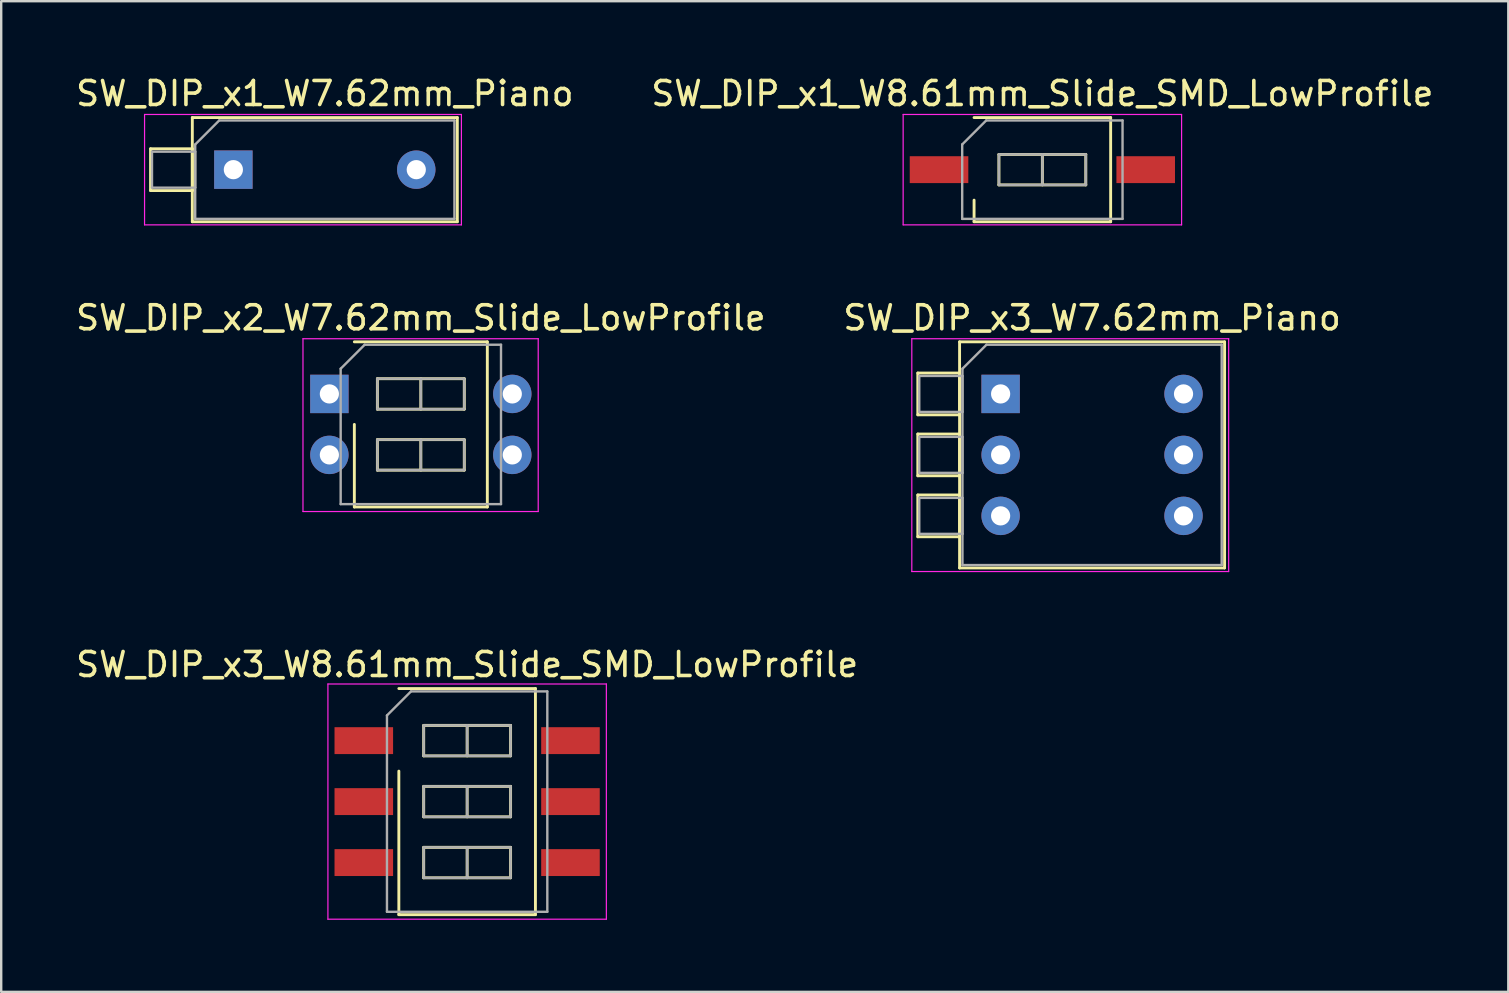
<source format=kicad_pcb>
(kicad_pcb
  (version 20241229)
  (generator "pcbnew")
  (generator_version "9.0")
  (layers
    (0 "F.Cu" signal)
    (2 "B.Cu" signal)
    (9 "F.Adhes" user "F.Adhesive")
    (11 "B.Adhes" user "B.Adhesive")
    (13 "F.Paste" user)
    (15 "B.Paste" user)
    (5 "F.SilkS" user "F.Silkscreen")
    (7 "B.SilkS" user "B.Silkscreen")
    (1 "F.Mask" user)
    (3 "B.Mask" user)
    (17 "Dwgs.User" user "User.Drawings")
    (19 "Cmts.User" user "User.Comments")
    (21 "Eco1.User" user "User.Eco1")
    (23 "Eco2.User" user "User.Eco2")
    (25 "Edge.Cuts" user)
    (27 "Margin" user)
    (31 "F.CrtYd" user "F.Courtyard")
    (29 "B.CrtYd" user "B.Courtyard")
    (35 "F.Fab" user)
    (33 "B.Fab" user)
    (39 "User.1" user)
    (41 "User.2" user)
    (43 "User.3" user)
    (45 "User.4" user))
  (footprint "SW_DIP_x2_W7.62mm_Slide_LowProfile"
    (layer "F.Cu")
    (at 10.672 13.361)
    (property "Reference" "SW_DIP_x2_W7.62mm_Slide_LowProfile" (at 3.81 -3.17 0) (layer "F.SilkS") (effects (font (size 1 1) (thickness 0.15))))
    (attr through_hole)
    (fp_line (start 1.04 -2.17) (end 6.58 -2.17) (stroke (width 0.12) (type solid)) (layer "F.SilkS"))
    (fp_line (start 1.04 4.71) (end 1.04 1.27) (stroke (width 0.12) (type solid)) (layer "F.SilkS"))
    (fp_line (start 2 -0.635) (end 2 0.635) (stroke (width 0.12) (type solid)) (layer "F.SilkS"))
    (fp_line (start 2 0.635) (end 5.62 0.635) (stroke (width 0.12) (type solid)) (layer "F.SilkS"))
    (fp_line (start 2 1.905) (end 2 3.175) (stroke (width 0.12) (type solid)) (layer "F.SilkS"))
    (fp_line (start 2 3.175) (end 5.62 3.175) (stroke (width 0.12) (type solid)) (layer "F.SilkS"))
    (fp_line (start 3.81 -0.635) (end 3.81 0.635) (stroke (width 0.12) (type solid)) (layer "F.SilkS"))
    (fp_line (start 3.81 1.905) (end 3.81 3.175) (stroke (width 0.12) (type solid)) (layer "F.SilkS"))
    (fp_line (start 5.62 -0.635) (end 2 -0.635) (stroke (width 0.12) (type solid)) (layer "F.SilkS"))
    (fp_line (start 5.62 0.635) (end 5.62 -0.635) (stroke (width 0.12) (type solid)) (layer "F.SilkS"))
    (fp_line (start 5.62 1.905) (end 2 1.905) (stroke (width 0.12) (type solid)) (layer "F.SilkS"))
    (fp_line (start 5.62 3.175) (end 5.62 1.905) (stroke (width 0.12) (type solid)) (layer "F.SilkS"))
    (fp_line (start 6.58 -2.17) (end 6.58 4.71) (stroke (width 0.12) (type solid)) (layer "F.SilkS"))
    (fp_line (start 6.58 4.71) (end 1.04 4.71) (stroke (width 0.12) (type solid)) (layer "F.SilkS"))
    (fp_line (start -1.1 -2.3) (end -1.1 4.9) (stroke (width 0.05) (type solid)) (layer "F.CrtYd"))
    (fp_line (start -1.1 4.9) (end 8.7 4.9) (stroke (width 0.05) (type solid)) (layer "F.CrtYd"))
    (fp_line (start 8.7 -2.3) (end -1.1 -2.3) (stroke (width 0.05) (type solid)) (layer "F.CrtYd"))
    (fp_line (start 8.7 4.9) (end 8.7 -2.3) (stroke (width 0.05) (type solid)) (layer "F.CrtYd"))
    (fp_line (start 0.47 -1.05) (end 1.47 -2.05) (stroke (width 0.1) (type solid)) (layer "F.Fab"))
    (fp_line (start 0.47 4.59) (end 0.47 -1.05) (stroke (width 0.1) (type solid)) (layer "F.Fab"))
    (fp_line (start 1.47 -2.05) (end 7.15 -2.05) (stroke (width 0.1) (type solid)) (layer "F.Fab"))
    (fp_line (start 2 -0.635) (end 2 0.635) (stroke (width 0.1) (type solid)) (layer "F.Fab"))
    (fp_line (start 2 0.635) (end 5.62 0.635) (stroke (width 0.1) (type solid)) (layer "F.Fab"))
    (fp_line (start 2 1.905) (end 2 3.175) (stroke (width 0.1) (type solid)) (layer "F.Fab"))
    (fp_line (start 2 3.175) (end 5.62 3.175) (stroke (width 0.1) (type solid)) (layer "F.Fab"))
    (fp_line (start 3.81 -0.635) (end 3.81 0.635) (stroke (width 0.1) (type solid)) (layer "F.Fab"))
    (fp_line (start 3.81 1.905) (end 3.81 3.175) (stroke (width 0.1) (type solid)) (layer "F.Fab"))
    (fp_line (start 5.62 -0.635) (end 2 -0.635) (stroke (width 0.1) (type solid)) (layer "F.Fab"))
    (fp_line (start 5.62 0.635) (end 5.62 -0.635) (stroke (width 0.1) (type solid)) (layer "F.Fab"))
    (fp_line (start 5.62 1.905) (end 2 1.905) (stroke (width 0.1) (type solid)) (layer "F.Fab"))
    (fp_line (start 5.62 3.175) (end 5.62 1.905) (stroke (width 0.1) (type solid)) (layer "F.Fab"))
    (fp_line (start 7.15 -2.05) (end 7.15 4.59) (stroke (width 0.1) (type solid)) (layer "F.Fab"))
    (fp_line (start 7.15 4.59) (end 0.47 4.59) (stroke (width 0.1) (type solid)) (layer "F.Fab"))
    (pad "1" thru_hole rect (at 0 0) (size 1.6 1.6) (drill 0.8) (layers "*.Cu" "*.Mask"))
    (pad "2" thru_hole oval (at 0 2.54) (size 1.6 1.6) (drill 0.8) (layers "*.Cu" "*.Mask"))
    (pad "3" thru_hole oval (at 7.62 2.54) (size 1.6 1.6) (drill 0.8) (layers "*.Cu" "*.Mask"))
    (pad "4" thru_hole oval (at 7.62 0) (size 1.6 1.6) (drill 0.8) (layers "*.Cu" "*.Mask")))
  (footprint "SW_DIP_x3_W7.62mm_Piano"
    (layer "F.Cu")
    (at 38.636 13.361)
    (property "Reference" "SW_DIP_x3_W7.62mm_Piano" (at 3.81 -3.17 0) (layer "F.SilkS") (effects (font (size 1 1) (thickness 0.15))))
    (attr through_hole)
    (fp_line (start -3.45 -0.87) (end -3.45 0.87) (stroke (width 0.12) (type solid)) (layer "F.SilkS"))
    (fp_line (start -3.45 0.87) (end -1.71 0.87) (stroke (width 0.12) (type solid)) (layer "F.SilkS"))
    (fp_line (start -3.45 1.67) (end -3.45 3.41) (stroke (width 0.12) (type solid)) (layer "F.SilkS"))
    (fp_line (start -3.45 3.41) (end -1.71 3.41) (stroke (width 0.12) (type solid)) (layer "F.SilkS"))
    (fp_line (start -3.45 4.21) (end -3.45 5.95) (stroke (width 0.12) (type solid)) (layer "F.SilkS"))
    (fp_line (start -3.45 5.95) (end -1.71 5.95) (stroke (width 0.12) (type solid)) (layer "F.SilkS"))
    (fp_line (start -1.71 -2.17) (end 9.33 -2.17) (stroke (width 0.12) (type solid)) (layer "F.SilkS"))
    (fp_line (start -1.71 -0.87) (end -3.45 -0.87) (stroke (width 0.12) (type solid)) (layer "F.SilkS"))
    (fp_line (start -1.71 0.87) (end -1.71 -0.87) (stroke (width 0.12) (type solid)) (layer "F.SilkS"))
    (fp_line (start -1.71 1.67) (end -3.45 1.67) (stroke (width 0.12) (type solid)) (layer "F.SilkS"))
    (fp_line (start -1.71 3.41) (end -1.71 1.67) (stroke (width 0.12) (type solid)) (layer "F.SilkS"))
    (fp_line (start -1.71 4.21) (end -3.45 4.21) (stroke (width 0.12) (type solid)) (layer "F.SilkS"))
    (fp_line (start -1.71 5.95) (end -1.71 4.21) (stroke (width 0.12) (type solid)) (layer "F.SilkS"))
    (fp_line (start -1.71 7.25) (end -1.71 -2.17) (stroke (width 0.12) (type solid)) (layer "F.SilkS"))
    (fp_line (start 9.33 -2.17) (end 9.33 7.25) (stroke (width 0.12) (type solid)) (layer "F.SilkS"))
    (fp_line (start 9.33 7.25) (end -1.71 7.25) (stroke (width 0.12) (type solid)) (layer "F.SilkS"))
    (fp_line (start -3.7 -2.3) (end -3.7 7.4) (stroke (width 0.05) (type solid)) (layer "F.CrtYd"))
    (fp_line (start -3.7 7.4) (end 9.5 7.4) (stroke (width 0.05) (type solid)) (layer "F.CrtYd"))
    (fp_line (start 9.5 -2.3) (end -3.7 -2.3) (stroke (width 0.05) (type solid)) (layer "F.CrtYd"))
    (fp_line (start 9.5 7.4) (end 9.5 -2.3) (stroke (width 0.05) (type solid)) (layer "F.CrtYd"))
    (fp_line (start -3.39 -0.75) (end -1.59 -0.75) (stroke (width 0.1) (type solid)) (layer "F.Fab"))
    (fp_line (start -3.39 0.75) (end -3.39 -0.75) (stroke (width 0.1) (type solid)) (layer "F.Fab"))
    (fp_line (start -3.39 1.79) (end -1.59 1.79) (stroke (width 0.1) (type solid)) (layer "F.Fab"))
    (fp_line (start -3.39 3.29) (end -3.39 1.79) (stroke (width 0.1) (type solid)) (layer "F.Fab"))
    (fp_line (start -3.39 4.33) (end -1.59 4.33) (stroke (width 0.1) (type solid)) (layer "F.Fab"))
    (fp_line (start -3.39 5.83) (end -3.39 4.33) (stroke (width 0.1) (type solid)) (layer "F.Fab"))
    (fp_line (start -1.59 -1.05) (end -0.59 -2.05) (stroke (width 0.1) (type solid)) (layer "F.Fab"))
    (fp_line (start -1.59 -0.75) (end -1.59 0.75) (stroke (width 0.1) (type solid)) (layer "F.Fab"))
    (fp_line (start -1.59 0.75) (end -3.39 0.75) (stroke (width 0.1) (type solid)) (layer "F.Fab"))
    (fp_line (start -1.59 1.79) (end -1.59 3.29) (stroke (width 0.1) (type solid)) (layer "F.Fab"))
    (fp_line (start -1.59 3.29) (end -3.39 3.29) (stroke (width 0.1) (type solid)) (layer "F.Fab"))
    (fp_line (start -1.59 4.33) (end -1.59 5.83) (stroke (width 0.1) (type solid)) (layer "F.Fab"))
    (fp_line (start -1.59 5.83) (end -3.39 5.83) (stroke (width 0.1) (type solid)) (layer "F.Fab"))
    (fp_line (start -1.59 7.13) (end -1.59 -1.05) (stroke (width 0.1) (type solid)) (layer "F.Fab"))
    (fp_line (start -0.59 -2.05) (end 9.21 -2.05) (stroke (width 0.1) (type solid)) (layer "F.Fab"))
    (fp_line (start 9.21 -2.05) (end 9.21 7.13) (stroke (width 0.1) (type solid)) (layer "F.Fab"))
    (fp_line (start 9.21 7.13) (end -1.59 7.13) (stroke (width 0.1) (type solid)) (layer "F.Fab"))
    (pad "1" thru_hole rect (at 0 0) (size 1.6 1.6) (drill 0.8) (layers "*.Cu" "*.Mask"))
    (pad "2" thru_hole oval (at 0 2.54) (size 1.6 1.6) (drill 0.8) (layers "*.Cu" "*.Mask"))
    (pad "3" thru_hole oval (at 0 5.08) (size 1.6 1.6) (drill 0.8) (layers "*.Cu" "*.Mask"))
    (pad "4" thru_hole oval (at 7.62 5.08) (size 1.6 1.6) (drill 0.8) (layers "*.Cu" "*.Mask"))
    (pad "5" thru_hole oval (at 7.62 2.54) (size 1.6 1.6) (drill 0.8) (layers "*.Cu" "*.Mask"))
    (pad "6" thru_hole oval (at 7.62 0) (size 1.6 1.6) (drill 0.8) (layers "*.Cu" "*.Mask")))
  (footprint "SW_DIP_x3_W8.61mm_Slide_SMD_LowProfile"
    (layer "F.Cu")
    (at 16.411 30.345)
    (property "Reference" "SW_DIP_x3_W8.61mm_Slide_SMD_LowProfile" (at 0 -5.71 0) (layer "F.SilkS") (effects (font (size 1 1) (thickness 0.15))))
    (attr smd)
    (fp_line (start -2.845 -4.71) (end 2.845 -4.71) (stroke (width 0.12) (type solid)) (layer "F.SilkS"))
    (fp_line (start -2.845 4.71) (end -2.845 -1.27) (stroke (width 0.12) (type solid)) (layer "F.SilkS"))
    (fp_line (start -1.81 -3.175) (end -1.81 -1.905) (stroke (width 0.12) (type solid)) (layer "F.SilkS"))
    (fp_line (start -1.81 -1.905) (end 1.81 -1.905) (stroke (width 0.12) (type solid)) (layer "F.SilkS"))
    (fp_line (start -1.81 -0.635) (end -1.81 0.635) (stroke (width 0.12) (type solid)) (layer "F.SilkS"))
    (fp_line (start -1.81 0.635) (end 1.81 0.635) (stroke (width 0.12) (type solid)) (layer "F.SilkS"))
    (fp_line (start -1.81 1.905) (end -1.81 3.175) (stroke (width 0.12) (type solid)) (layer "F.SilkS"))
    (fp_line (start -1.81 3.175) (end 1.81 3.175) (stroke (width 0.12) (type solid)) (layer "F.SilkS"))
    (fp_line (start 0 -3.175) (end 0 -1.905) (stroke (width 0.12) (type solid)) (layer "F.SilkS"))
    (fp_line (start 0 -0.635) (end 0 0.635) (stroke (width 0.12) (type solid)) (layer "F.SilkS"))
    (fp_line (start 0 1.905) (end 0 3.175) (stroke (width 0.12) (type solid)) (layer "F.SilkS"))
    (fp_line (start 1.81 -3.175) (end -1.81 -3.175) (stroke (width 0.12) (type solid)) (layer "F.SilkS"))
    (fp_line (start 1.81 -1.905) (end 1.81 -3.175) (stroke (width 0.12) (type solid)) (layer "F.SilkS"))
    (fp_line (start 1.81 -0.635) (end -1.81 -0.635) (stroke (width 0.12) (type solid)) (layer "F.SilkS"))
    (fp_line (start 1.81 0.635) (end 1.81 -0.635) (stroke (width 0.12) (type solid)) (layer "F.SilkS"))
    (fp_line (start 1.81 1.905) (end -1.81 1.905) (stroke (width 0.12) (type solid)) (layer "F.SilkS"))
    (fp_line (start 1.81 3.175) (end 1.81 1.905) (stroke (width 0.12) (type solid)) (layer "F.SilkS"))
    (fp_line (start 2.845 -4.71) (end 2.845 4.71) (stroke (width 0.12) (type solid)) (layer "F.SilkS"))
    (fp_line (start 2.845 4.71) (end -2.845 4.71) (stroke (width 0.12) (type solid)) (layer "F.SilkS"))
    (fp_line (start -5.8 -4.9) (end -5.8 4.9) (stroke (width 0.05) (type solid)) (layer "F.CrtYd"))
    (fp_line (start -5.8 4.9) (end 5.8 4.9) (stroke (width 0.05) (type solid)) (layer "F.CrtYd"))
    (fp_line (start 5.8 -4.9) (end -5.8 -4.9) (stroke (width 0.05) (type solid)) (layer "F.CrtYd"))
    (fp_line (start 5.8 4.9) (end 5.8 -4.9) (stroke (width 0.05) (type solid)) (layer "F.CrtYd"))
    (fp_line (start -3.34 -3.59) (end -2.34 -4.59) (stroke (width 0.1) (type solid)) (layer "F.Fab"))
    (fp_line (start -3.34 4.59) (end -3.34 -3.59) (stroke (width 0.1) (type solid)) (layer "F.Fab"))
    (fp_line (start -2.34 -4.59) (end 3.34 -4.59) (stroke (width 0.1) (type solid)) (layer "F.Fab"))
    (fp_line (start -1.81 -3.175) (end -1.81 -1.905) (stroke (width 0.1) (type solid)) (layer "F.Fab"))
    (fp_line (start -1.81 -1.905) (end 1.81 -1.905) (stroke (width 0.1) (type solid)) (layer "F.Fab"))
    (fp_line (start -1.81 -0.635) (end -1.81 0.635) (stroke (width 0.1) (type solid)) (layer "F.Fab"))
    (fp_line (start -1.81 0.635) (end 1.81 0.635) (stroke (width 0.1) (type solid)) (layer "F.Fab"))
    (fp_line (start -1.81 1.905) (end -1.81 3.175) (stroke (width 0.1) (type solid)) (layer "F.Fab"))
    (fp_line (start -1.81 3.175) (end 1.81 3.175) (stroke (width 0.1) (type solid)) (layer "F.Fab"))
    (fp_line (start 0 -3.175) (end 0 -1.905) (stroke (width 0.1) (type solid)) (layer "F.Fab"))
    (fp_line (start 0 -0.635) (end 0 0.635) (stroke (width 0.1) (type solid)) (layer "F.Fab"))
    (fp_line (start 0 1.905) (end 0 3.175) (stroke (width 0.1) (type solid)) (layer "F.Fab"))
    (fp_line (start 1.81 -3.175) (end -1.81 -3.175) (stroke (width 0.1) (type solid)) (layer "F.Fab"))
    (fp_line (start 1.81 -1.905) (end 1.81 -3.175) (stroke (width 0.1) (type solid)) (layer "F.Fab"))
    (fp_line (start 1.81 -0.635) (end -1.81 -0.635) (stroke (width 0.1) (type solid)) (layer "F.Fab"))
    (fp_line (start 1.81 0.635) (end 1.81 -0.635) (stroke (width 0.1) (type solid)) (layer "F.Fab"))
    (fp_line (start 1.81 1.905) (end -1.81 1.905) (stroke (width 0.1) (type solid)) (layer "F.Fab"))
    (fp_line (start 1.81 3.175) (end 1.81 1.905) (stroke (width 0.1) (type solid)) (layer "F.Fab"))
    (fp_line (start 3.34 -4.59) (end 3.34 4.59) (stroke (width 0.1) (type solid)) (layer "F.Fab"))
    (fp_line (start 3.34 4.59) (end -3.34 4.59) (stroke (width 0.1) (type solid)) (layer "F.Fab"))
    (pad "1" smd rect (at -4.305 -2.54) (size 2.44 1.12) (layers "F.Cu" "F.Mask"))
    (pad "2" smd rect (at -4.305 0) (size 2.44 1.12) (layers "F.Cu" "F.Mask"))
    (pad "3" smd rect (at -4.305 2.54) (size 2.44 1.12) (layers "F.Cu" "F.Mask"))
    (pad "4" smd rect (at 4.305 2.54) (size 2.44 1.12) (layers "F.Cu" "F.Mask"))
    (pad "5" smd rect (at 4.305 0) (size 2.44 1.12) (layers "F.Cu" "F.Mask"))
    (pad "6" smd rect (at 4.305 -2.54) (size 2.44 1.12) (layers "F.Cu" "F.Mask")))
  (footprint "SW_DIP_x1_W7.62mm_Piano"
    (layer "F.Cu")
    (at 6.672 4.018)
    (property "Reference" "SW_DIP_x1_W7.62mm_Piano" (at 3.81 -3.17 0) (layer "F.SilkS") (effects (font (size 1 1) (thickness 0.15))))
    (attr through_hole)
    (fp_line (start -3.45 -0.87) (end -3.45 0.87) (stroke (width 0.12) (type solid)) (layer "F.SilkS"))
    (fp_line (start -3.45 0.87) (end -1.71 0.87) (stroke (width 0.12) (type solid)) (layer "F.SilkS"))
    (fp_line (start -1.71 -2.17) (end 9.33 -2.17) (stroke (width 0.12) (type solid)) (layer "F.SilkS"))
    (fp_line (start -1.71 -0.87) (end -3.45 -0.87) (stroke (width 0.12) (type solid)) (layer "F.SilkS"))
    (fp_line (start -1.71 0.87) (end -1.71 -0.87) (stroke (width 0.12) (type solid)) (layer "F.SilkS"))
    (fp_line (start -1.71 2.17) (end -1.71 -2.17) (stroke (width 0.12) (type solid)) (layer "F.SilkS"))
    (fp_line (start 9.33 -2.17) (end 9.33 2.17) (stroke (width 0.12) (type solid)) (layer "F.SilkS"))
    (fp_line (start 9.33 2.17) (end -1.71 2.17) (stroke (width 0.12) (type solid)) (layer "F.SilkS"))
    (fp_line (start -3.7 -2.3) (end -3.7 2.3) (stroke (width 0.05) (type solid)) (layer "F.CrtYd"))
    (fp_line (start -3.7 2.3) (end 9.5 2.3) (stroke (width 0.05) (type solid)) (layer "F.CrtYd"))
    (fp_line (start 9.5 -2.3) (end -3.7 -2.3) (stroke (width 0.05) (type solid)) (layer "F.CrtYd"))
    (fp_line (start 9.5 2.3) (end 9.5 -2.3) (stroke (width 0.05) (type solid)) (layer "F.CrtYd"))
    (fp_line (start -3.39 -0.75) (end -1.59 -0.75) (stroke (width 0.1) (type solid)) (layer "F.Fab"))
    (fp_line (start -3.39 0.75) (end -3.39 -0.75) (stroke (width 0.1) (type solid)) (layer "F.Fab"))
    (fp_line (start -1.59 -1.05) (end -0.59 -2.05) (stroke (width 0.1) (type solid)) (layer "F.Fab"))
    (fp_line (start -1.59 -0.75) (end -1.59 0.75) (stroke (width 0.1) (type solid)) (layer "F.Fab"))
    (fp_line (start -1.59 0.75) (end -3.39 0.75) (stroke (width 0.1) (type solid)) (layer "F.Fab"))
    (fp_line (start -1.59 2.05) (end -1.59 -1.05) (stroke (width 0.1) (type solid)) (layer "F.Fab"))
    (fp_line (start -0.59 -2.05) (end 9.21 -2.05) (stroke (width 0.1) (type solid)) (layer "F.Fab"))
    (fp_line (start 9.21 -2.05) (end 9.21 2.05) (stroke (width 0.1) (type solid)) (layer "F.Fab"))
    (fp_line (start 9.21 2.05) (end -1.59 2.05) (stroke (width 0.1) (type solid)) (layer "F.Fab"))
    (pad "1" thru_hole rect (at 0 0) (size 1.6 1.6) (drill 0.8) (layers "*.Cu" "*.Mask"))
    (pad "2" thru_hole oval (at 7.62 0) (size 1.6 1.6) (drill 0.8) (layers "*.Cu" "*.Mask")))
  (footprint "SW_DIP_x1_W8.61mm_Slide_SMD_LowProfile"
    (layer "F.Cu")
    (at 40.375 4.018)
    (property "Reference" "SW_DIP_x1_W8.61mm_Slide_SMD_LowProfile" (at 0 -3.17 0) (layer "F.SilkS") (effects (font (size 1 1) (thickness 0.15))))
    (attr smd)
    (fp_line (start -2.845 -2.17) (end 2.845 -2.17) (stroke (width 0.12) (type solid)) (layer "F.SilkS"))
    (fp_line (start -2.845 2.17) (end -2.845 1.27) (stroke (width 0.12) (type solid)) (layer "F.SilkS"))
    (fp_line (start -1.81 -0.635) (end -1.81 0.635) (stroke (width 0.12) (type solid)) (layer "F.SilkS"))
    (fp_line (start -1.81 0.635) (end 1.81 0.635) (stroke (width 0.12) (type solid)) (layer "F.SilkS"))
    (fp_line (start 0 -0.635) (end 0 0.635) (stroke (width 0.12) (type solid)) (layer "F.SilkS"))
    (fp_line (start 1.81 -0.635) (end -1.81 -0.635) (stroke (width 0.12) (type solid)) (layer "F.SilkS"))
    (fp_line (start 1.81 0.635) (end 1.81 -0.635) (stroke (width 0.12) (type solid)) (layer "F.SilkS"))
    (fp_line (start 2.845 -2.17) (end 2.845 2.17) (stroke (width 0.12) (type solid)) (layer "F.SilkS"))
    (fp_line (start 2.845 2.17) (end -2.845 2.17) (stroke (width 0.12) (type solid)) (layer "F.SilkS"))
    (fp_line (start -5.8 -2.3) (end -5.8 2.3) (stroke (width 0.05) (type solid)) (layer "F.CrtYd"))
    (fp_line (start -5.8 2.3) (end 5.8 2.3) (stroke (width 0.05) (type solid)) (layer "F.CrtYd"))
    (fp_line (start 5.8 -2.3) (end -5.8 -2.3) (stroke (width 0.05) (type solid)) (layer "F.CrtYd"))
    (fp_line (start 5.8 2.3) (end 5.8 -2.3) (stroke (width 0.05) (type solid)) (layer "F.CrtYd"))
    (fp_line (start -3.34 -1.05) (end -2.34 -2.05) (stroke (width 0.1) (type solid)) (layer "F.Fab"))
    (fp_line (start -3.34 2.05) (end -3.34 -1.05) (stroke (width 0.1) (type solid)) (layer "F.Fab"))
    (fp_line (start -2.34 -2.05) (end 3.34 -2.05) (stroke (width 0.1) (type solid)) (layer "F.Fab"))
    (fp_line (start -1.81 -0.635) (end -1.81 0.635) (stroke (width 0.1) (type solid)) (layer "F.Fab"))
    (fp_line (start -1.81 0.635) (end 1.81 0.635) (stroke (width 0.1) (type solid)) (layer "F.Fab"))
    (fp_line (start 0 -0.635) (end 0 0.635) (stroke (width 0.1) (type solid)) (layer "F.Fab"))
    (fp_line (start 1.81 -0.635) (end -1.81 -0.635) (stroke (width 0.1) (type solid)) (layer "F.Fab"))
    (fp_line (start 1.81 0.635) (end 1.81 -0.635) (stroke (width 0.1) (type solid)) (layer "F.Fab"))
    (fp_line (start 3.34 -2.05) (end 3.34 2.05) (stroke (width 0.1) (type solid)) (layer "F.Fab"))
    (fp_line (start 3.34 2.05) (end -3.34 2.05) (stroke (width 0.1) (type solid)) (layer "F.Fab"))
    (pad "1" smd rect (at -4.305 0) (size 2.44 1.12) (layers "F.Cu" "F.Mask"))
    (pad "2" smd rect (at 4.305 0) (size 2.44 1.12) (layers "F.Cu" "F.Mask")))
  (gr_rect
    (start -3 -3)
    (end 59.786 38.27)
    (stroke (width 0.1) (type default))
    (fill no)
    (layer "Edge.Cuts")))
</source>
